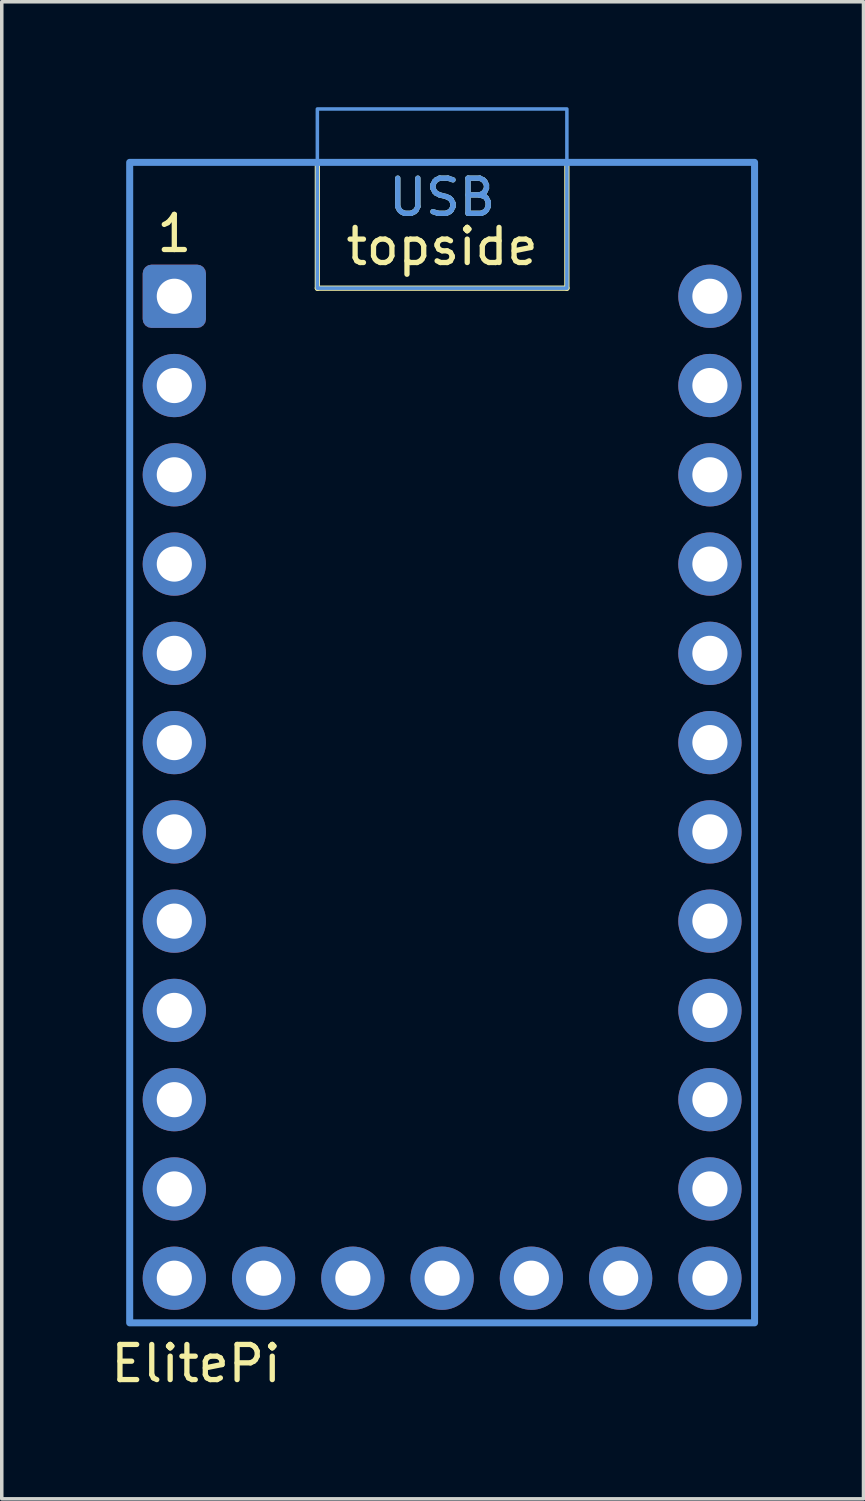
<source format=kicad_pcb>
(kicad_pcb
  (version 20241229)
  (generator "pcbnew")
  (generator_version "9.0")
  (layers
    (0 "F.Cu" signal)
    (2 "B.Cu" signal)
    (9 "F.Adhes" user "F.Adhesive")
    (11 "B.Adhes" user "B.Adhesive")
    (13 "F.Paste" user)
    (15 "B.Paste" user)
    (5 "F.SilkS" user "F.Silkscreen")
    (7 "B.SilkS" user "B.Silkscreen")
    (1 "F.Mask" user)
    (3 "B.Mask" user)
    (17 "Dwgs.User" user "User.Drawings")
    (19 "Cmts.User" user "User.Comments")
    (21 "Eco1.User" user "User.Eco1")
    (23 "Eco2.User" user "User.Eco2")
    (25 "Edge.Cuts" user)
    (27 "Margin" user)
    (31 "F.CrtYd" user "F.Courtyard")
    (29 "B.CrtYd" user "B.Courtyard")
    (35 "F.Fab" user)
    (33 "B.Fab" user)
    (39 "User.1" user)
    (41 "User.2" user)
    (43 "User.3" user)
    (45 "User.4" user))
  (footprint "ElitePi"
    (layer "F.Cu")
    (at 9.53 19.35)
    (property "Reference" "ElitePi" (at -7 16.4 0) (unlocked yes) (layer "F.SilkS") (effects (font (size 1 1) (thickness 0.15))))
    (attr through_hole exclude_from_pos_files exclude_from_bom)
    (fp_line (start -3.55 -14.2) (end -3.55 -17.78) (stroke (width 0.15) (type default)) (layer "F.SilkS"))
    (fp_line (start 3.55 -14.2) (end -3.55 -14.2) (stroke (width 0.15) (type default)) (layer "F.SilkS"))
    (fp_line (start 3.55 -14.2) (end 3.55 -17.78) (stroke (width 0.15) (type default)) (layer "F.SilkS"))
    (fp_rect (start -8.89 -17.78) (end 8.89 15.24) (stroke (width 0.15) (type solid)) (fill no) (layer "F.SilkS"))
    (fp_rect (start -3.55 -19.3) (end 3.55 -14.2) (stroke (width 0.1) (type default)) (fill no) (layer "Cmts.User"))
    (fp_rect (start 8.89 -17.78) (end -8.89 15.24) (stroke (width 0.2) (type solid)) (fill no) (layer "Cmts.User"))
    (fp_text user "topside" (at 0 -14.8 0) (unlocked yes) (layer "F.SilkS") (effects (font (size 1 1) (thickness 0.15)) (justify bottom)))
    (fp_text user "USB" (at 0 -16.2 0) (unlocked yes) (layer "F.SilkS") (effects (font (size 1 1) (thickness 0.15)) (justify bottom)))
    (fp_text user "1" (at -7.62 -15.17 0) (layer "F.SilkS") (effects (font (size 1 1) (thickness 0.15)) (justify bottom)))
    (fp_text user "USB" (at 0 -16.2 0) (layer "Cmts.User") (effects (font (size 1 1) (thickness 0.15)) (justify bottom)))
    (pad "1" thru_hole roundrect (at -7.62 -13.97) (size 1.8 1.8) (drill 1) (layers "*.Cu" "B.Mask") (roundrect_rratio 0.139))
    (pad "2" thru_hole circle (at -7.62 -11.43) (size 1.8 1.8) (drill 1) (layers "*.Cu" "B.Mask"))
    (pad "3" thru_hole circle (at -7.62 -8.89) (size 1.8 1.8) (drill 1) (layers "*.Cu" "B.Mask"))
    (pad "4" thru_hole circle (at -7.62 -6.35) (size 1.8 1.8) (drill 1) (layers "*.Cu" "B.Mask"))
    (pad "5" thru_hole circle (at -7.62 -3.81) (size 1.8 1.8) (drill 1) (layers "*.Cu" "B.Mask"))
    (pad "6" thru_hole circle (at -7.62 -1.27) (size 1.8 1.8) (drill 1) (layers "*.Cu" "B.Mask"))
    (pad "7" thru_hole circle (at -7.62 1.27) (size 1.8 1.8) (drill 1) (layers "*.Cu" "B.Mask"))
    (pad "8" thru_hole circle (at -7.62 3.81) (size 1.8 1.8) (drill 1) (layers "*.Cu" "B.Mask"))
    (pad "9" thru_hole circle (at -7.62 6.35) (size 1.8 1.8) (drill 1) (layers "*.Cu" "B.Mask"))
    (pad "10" thru_hole circle (at -7.62 8.89) (size 1.8 1.8) (drill 1) (layers "*.Cu" "B.Mask"))
    (pad "11" thru_hole circle (at -7.62 11.43) (size 1.8 1.8) (drill 1) (layers "*.Cu" "B.Mask"))
    (pad "12" thru_hole circle (at -7.62 13.97) (size 1.8 1.8) (drill 1) (layers "*.Cu" "B.Mask"))
    (pad "13" thru_hole circle (at 7.62 13.97) (size 1.8 1.8) (drill 1) (layers "*.Cu" "B.Mask"))
    (pad "14" thru_hole circle (at 7.62 11.43) (size 1.8 1.8) (drill 1) (layers "*.Cu" "B.Mask"))
    (pad "15" thru_hole circle (at 7.62 8.89) (size 1.8 1.8) (drill 1) (layers "*.Cu" "B.Mask"))
    (pad "16" thru_hole circle (at 7.62 6.35) (size 1.8 1.8) (drill 1) (layers "*.Cu" "B.Mask"))
    (pad "17" thru_hole circle (at 7.62 3.81) (size 1.8 1.8) (drill 1) (layers "*.Cu" "B.Mask"))
    (pad "18" thru_hole circle (at 7.62 1.27) (size 1.8 1.8) (drill 1) (layers "*.Cu" "B.Mask"))
    (pad "19" thru_hole circle (at 7.62 -1.27) (size 1.8 1.8) (drill 1) (layers "*.Cu" "B.Mask"))
    (pad "20" thru_hole circle (at 7.62 -3.81) (size 1.8 1.8) (drill 1) (layers "*.Cu" "B.Mask"))
    (pad "21" thru_hole circle (at 7.62 -6.35) (size 1.8 1.8) (drill 1) (layers "*.Cu" "B.Mask"))
    (pad "22" thru_hole circle (at 7.62 -8.89) (size 1.8 1.8) (drill 1) (layers "*.Cu" "B.Mask"))
    (pad "23" thru_hole circle (at 7.62 -11.43) (size 1.8 1.8) (drill 1) (layers "*.Cu" "B.Mask"))
    (pad "24" thru_hole circle (at 7.62 -13.97) (size 1.8 1.8) (drill 1) (layers "*.Cu" "B.Mask"))
    (pad "25" thru_hole circle (at -5.08 13.97) (size 1.8 1.8) (drill 1) (layers "*.Cu" "B.Mask"))
    (pad "26" thru_hole circle (at -2.54 13.97) (size 1.8 1.8) (drill 1) (layers "*.Cu" "B.Mask"))
    (pad "27" thru_hole circle (at 0 13.97) (size 1.8 1.8) (drill 1) (layers "*.Cu" "B.Mask"))
    (pad "28" thru_hole circle (at 2.54 13.97) (size 1.8 1.8) (drill 1) (layers "*.Cu" "B.Mask"))
    (pad "29" thru_hole circle (at 5.08 13.97) (size 1.8 1.8) (drill 1) (layers "*.Cu" "B.Mask")))
  (gr_rect
    (start -3 -3)
    (end 21.52 39.598)
    (stroke (width 0.1) (type default))
    (fill no)
    (layer "Edge.Cuts")))
</source>
